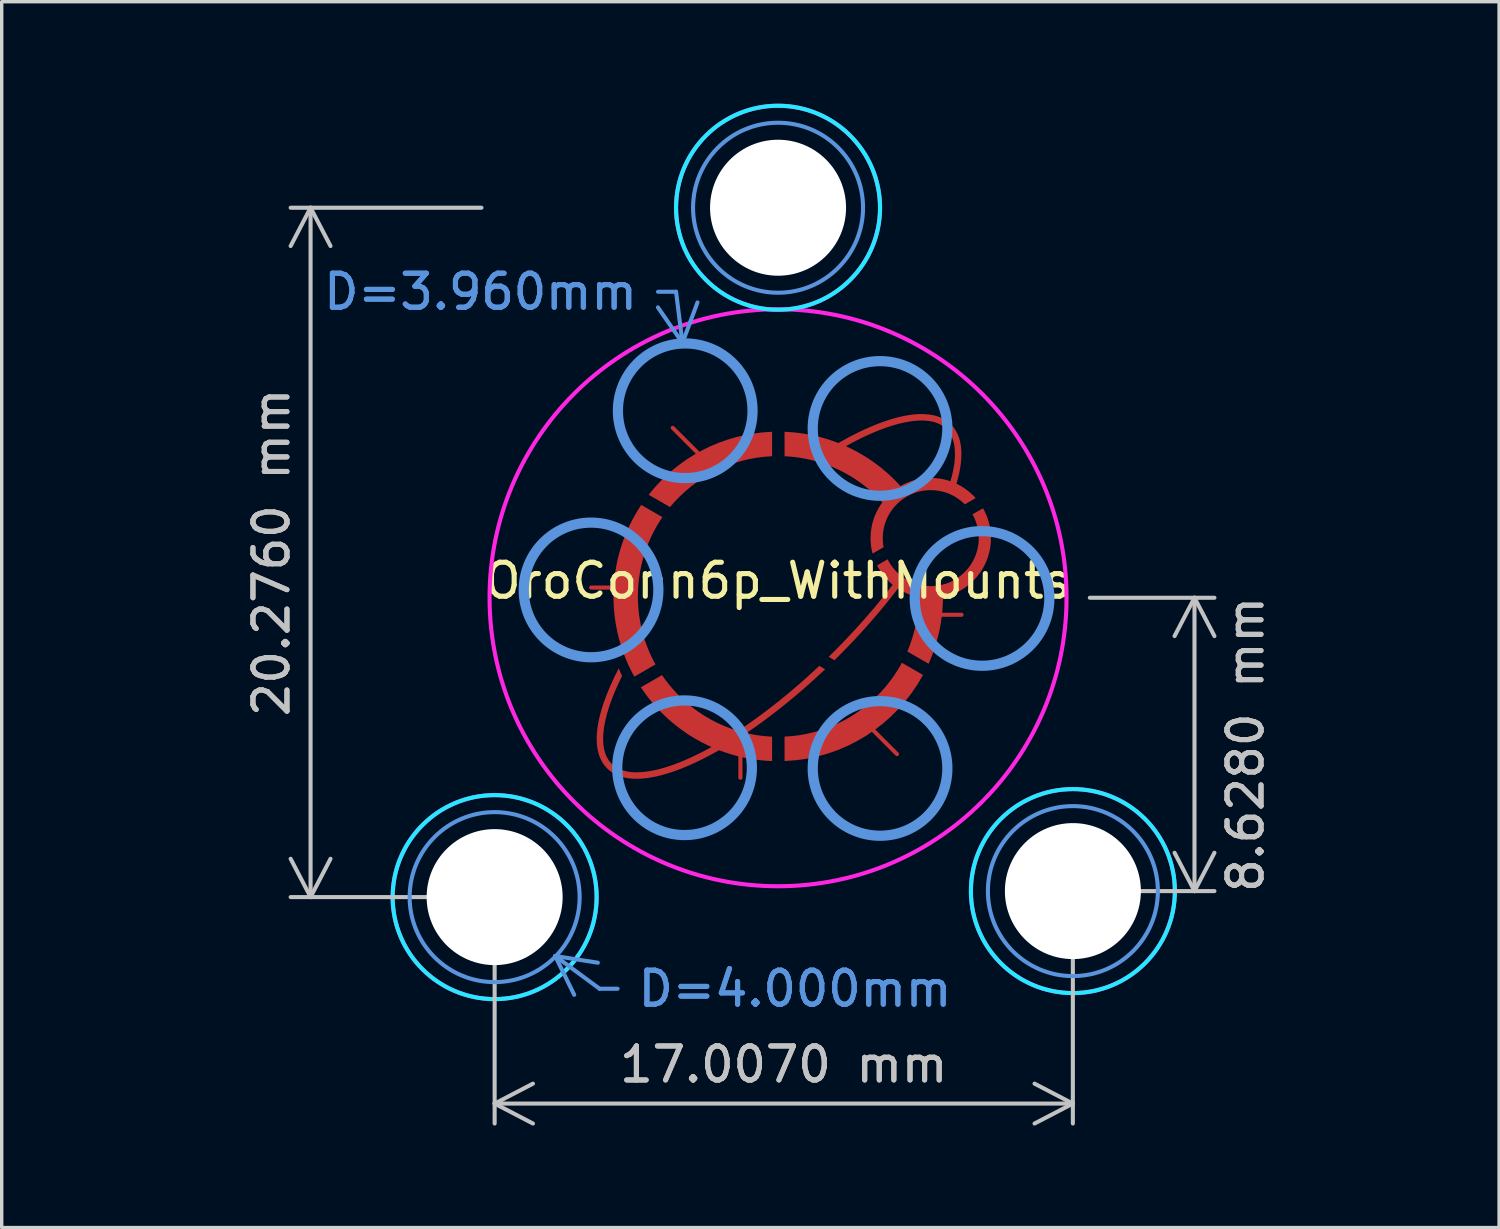
<source format=kicad_pcb>
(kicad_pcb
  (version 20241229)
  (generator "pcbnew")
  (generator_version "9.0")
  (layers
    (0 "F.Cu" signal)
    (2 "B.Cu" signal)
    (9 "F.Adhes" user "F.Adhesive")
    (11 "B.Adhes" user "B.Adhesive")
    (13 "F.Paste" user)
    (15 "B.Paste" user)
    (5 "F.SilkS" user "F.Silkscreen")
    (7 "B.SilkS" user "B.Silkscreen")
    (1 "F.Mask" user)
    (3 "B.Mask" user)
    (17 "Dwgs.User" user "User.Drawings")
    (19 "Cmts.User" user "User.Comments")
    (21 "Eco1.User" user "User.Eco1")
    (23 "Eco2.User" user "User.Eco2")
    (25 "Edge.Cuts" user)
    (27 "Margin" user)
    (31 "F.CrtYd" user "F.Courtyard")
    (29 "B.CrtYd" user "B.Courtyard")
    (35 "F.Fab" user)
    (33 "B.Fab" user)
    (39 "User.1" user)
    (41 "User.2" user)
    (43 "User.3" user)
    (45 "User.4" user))
  (footprint "OroConn6p_WithMounts"
    (layer "F.Cu")
    (at 19.835 14.532)
    (property "Reference" "OroConn6p_WithMounts" (at 0 -0.5 0) (unlocked yes) (layer "F.SilkS") (effects (font (size 1 1) (thickness 0.15))))
    (attr smd)
    (fp_poly (pts (xy -0.176 -4.163) (xy -0.401 -4.147) (xy -0.622 -4.12) (xy -0.84 -4.081) (xy -1.053 -4.03) (xy -1.262 -3.969) (xy -1.466 -3.897) (xy -1.665 -3.815) (xy -1.859 -3.723) (xy -2.047 -3.621) (xy -2.229 -3.51) (xy -2.405 -3.39) (xy -2.574 -3.261) (xy -2.737 -3.124) (xy -2.891 -2.979) (xy -3.039 -2.827) (xy -3.178 -2.667) (xy -3.807 -3.03) (xy -3.642 -3.229) (xy -3.466 -3.419) (xy -3.281 -3.599) (xy -3.087 -3.769) (xy -2.884 -3.929) (xy -2.672 -4.078) (xy -2.452 -4.216) (xy -2.224 -4.342) (xy -1.989 -4.457) (xy -1.747 -4.558) (xy -1.499 -4.647) (xy -1.245 -4.722) (xy -0.985 -4.784) (xy -0.72 -4.831) (xy -0.45 -4.864) (xy -0.176 -4.882)) (stroke (width 0) (type solid)) (fill yes) (layer "F.Cu"))
    (fp_poly (pts (xy 4.264 2.271) (xy 4.107 2.539) (xy 3.933 2.796) (xy 3.744 3.041) (xy 3.54 3.273) (xy 3.322 3.491) (xy 3.091 3.695) (xy 2.846 3.885) (xy 2.59 4.059) (xy 2.322 4.216) (xy 2.044 4.357) (xy 1.755 4.48) (xy 1.458 4.584) (xy 1.152 4.669) (xy 0.839 4.734) (xy 0.518 4.779) (xy 0.191 4.802) (xy 0.191 4.084) (xy 0.33 4.075) (xy 0.469 4.062) (xy 0.605 4.045) (xy 0.741 4.022) (xy 0.875 3.996) (xy 1.007 3.965) (xy 1.138 3.93) (xy 1.266 3.891) (xy 1.393 3.848) (xy 1.519 3.801) (xy 1.642 3.75) (xy 1.763 3.695) (xy 1.882 3.637) (xy 1.999 3.575) (xy 2.114 3.509) (xy 2.226 3.439) (xy 2.443 3.29) (xy 2.65 3.128) (xy 2.846 2.953) (xy 3.031 2.767) (xy 3.203 2.569) (xy 3.363 2.36) (xy 3.51 2.141) (xy 3.578 2.028) (xy 3.642 1.912)) (stroke (width 0) (type solid)) (fill yes) (layer "F.Cu"))
    (fp_poly (pts (xy -3.401 -2.371) (xy -3.484 -2.245) (xy -3.563 -2.116) (xy -3.636 -1.984) (xy -3.706 -1.848) (xy -3.77 -1.71) (xy -3.829 -1.57) (xy -3.884 -1.426) (xy -3.933 -1.281) (xy -3.976 -1.133) (xy -4.014 -0.982) (xy -4.047 -0.83) (xy -4.074 -0.675) (xy -4.095 -0.519) (xy -4.11 -0.361) (xy -4.12 -0.201) (xy -4.123 -0.04) (xy -4.121 0.096) (xy -4.114 0.23) (xy -4.103 0.364) (xy -4.088 0.496) (xy -4.069 0.627) (xy -4.046 0.756) (xy -4.019 0.884) (xy -3.988 1.011) (xy -3.953 1.135) (xy -3.914 1.259) (xy -3.871 1.381) (xy -3.825 1.5) (xy -3.776 1.618) (xy -3.722 1.735) (xy -3.666 1.849) (xy -3.606 1.961) (xy -4.227 2.32) (xy -4.251 2.276) (xy -4.275 2.233) (xy -4.298 2.188) (xy -4.321 2.144) (xy -4.343 2.099) (xy -4.365 2.055) (xy -4.387 2.009) (xy -4.408 1.964) (xy -4.503 1.74) (xy -4.542 1.637) (xy -4.58 1.532) (xy -4.615 1.425) (xy -4.647 1.318) (xy -4.678 1.21) (xy -4.705 1.101) (xy -4.731 0.991) (xy -4.753 0.879) (xy -4.774 0.767) (xy -4.791 0.655) (xy -4.806 0.541) (xy -4.818 0.426) (xy -4.828 0.311) (xy -4.835 0.195) (xy -4.839 0.078) (xy -4.841 -0.04) (xy -4.837 -0.225) (xy -4.827 -0.41) (xy -4.809 -0.592) (xy -4.785 -0.772) (xy -4.755 -0.95) (xy -4.718 -1.126) (xy -4.675 -1.299) (xy -4.626 -1.47) (xy -4.57 -1.638) (xy -4.509 -1.804) (xy -4.442 -1.966) (xy -4.369 -2.126) (xy -4.291 -2.282) (xy -4.207 -2.435) (xy -4.118 -2.585) (xy -4.024 -2.731)) (stroke (width 0) (type solid)) (fill yes) (layer "F.Cu"))
    (fp_poly (pts (xy 1.385 2.103) (xy 1.092 2.375) (xy 0.8 2.637) (xy 0.507 2.888) (xy 0.215 3.129) (xy -0.075 3.359) (xy -0.363 3.578) (xy -0.649 3.786) (xy -0.931 3.981) (xy -0.839 4.001) (xy -0.747 4.02) (xy -0.653 4.036) (xy -0.559 4.05) (xy -0.464 4.062) (xy -0.369 4.071) (xy -0.273 4.079) (xy -0.176 4.084) (xy -0.176 4.803) (xy -0.279 4.798) (xy -0.38 4.791) (xy -0.482 4.782) (xy -0.582 4.771) (xy -0.682 4.757) (xy -0.782 4.742) (xy -0.881 4.725) (xy -0.979 4.706) (xy -1.076 4.685) (xy -1.172 4.662) (xy -1.268 4.637) (xy -1.363 4.61) (xy -1.551 4.55) (xy -1.735 4.484) (xy -1.892 4.571) (xy -2.046 4.655) (xy -2.199 4.733) (xy -2.349 4.807) (xy -2.497 4.877) (xy -2.642 4.941) (xy -2.785 5.001) (xy -2.925 5.056) (xy -3.062 5.106) (xy -3.196 5.151) (xy -3.327 5.19) (xy -3.455 5.225) (xy -3.58 5.255) (xy -3.701 5.279) (xy -3.818 5.299) (xy -3.932 5.312) (xy -4.02 5.32) (xy -4.105 5.324) (xy -4.189 5.324) (xy -4.269 5.321) (xy -4.347 5.315) (xy -4.423 5.305) (xy -4.496 5.292) (xy -4.566 5.275) (xy -4.634 5.255) (xy -4.699 5.232) (xy -4.761 5.205) (xy -4.82 5.174) (xy -4.877 5.141) (xy -4.93 5.103) (xy -4.981 5.062) (xy -5.028 5.018) (xy -5.073 4.97) (xy -5.114 4.919) (xy -5.152 4.865) (xy -5.186 4.808) (xy -5.216 4.748) (xy -5.243 4.685) (xy -5.267 4.62) (xy -5.287 4.551) (xy -5.303 4.48) (xy -5.316 4.406) (xy -5.326 4.33) (xy -5.332 4.251) (xy -5.334 4.169) (xy -5.334 4.085) (xy -5.329 3.998) (xy -5.321 3.909) (xy -5.309 3.812) (xy -5.294 3.713) (xy -5.274 3.611) (xy -5.251 3.506) (xy -5.223 3.398) (xy -5.192 3.289) (xy -5.158 3.177) (xy -5.12 3.063) (xy -5.032 2.828) (xy -4.931 2.585) (xy -4.816 2.335) (xy -4.687 2.078) (xy -4.588 2.302) (xy -4.698 2.53) (xy -4.796 2.751) (xy -4.841 2.86) (xy -4.883 2.966) (xy -4.921 3.071) (xy -4.957 3.174) (xy -4.99 3.276) (xy -5.02 3.375) (xy -5.046 3.473) (xy -5.07 3.568) (xy -5.09 3.662) (xy -5.107 3.753) (xy -5.121 3.842) (xy -5.132 3.929) (xy -5.139 4.006) (xy -5.143 4.08) (xy -5.144 4.152) (xy -5.143 4.223) (xy -5.139 4.291) (xy -5.132 4.356) (xy -5.122 4.42) (xy -5.109 4.481) (xy -5.093 4.54) (xy -5.074 4.597) (xy -5.052 4.651) (xy -5.027 4.703) (xy -4.998 4.752) (xy -4.967 4.799) (xy -4.932 4.842) (xy -4.894 4.884) (xy -4.853 4.921) (xy -4.81 4.956) (xy -4.764 4.987) (xy -4.715 5.015) (xy -4.664 5.04) (xy -4.61 5.062) (xy -4.554 5.081) (xy -4.496 5.097) (xy -4.436 5.11) (xy -4.373 5.12) (xy -4.308 5.128) (xy -4.24 5.132) (xy -4.171 5.134) (xy -4.1 5.133) (xy -4.026 5.129) (xy -3.951 5.123) (xy -3.847 5.11) (xy -3.74 5.093) (xy -3.629 5.071) (xy -3.516 5.045) (xy -3.4 5.014) (xy -3.281 4.978) (xy -3.159 4.938) (xy -3.035 4.894) (xy -2.908 4.846) (xy -2.779 4.793) (xy -2.514 4.675) (xy -2.24 4.541) (xy -1.959 4.391) (xy -2.116 4.317) (xy -2.271 4.238) (xy -2.422 4.154) (xy -2.57 4.065) (xy -2.714 3.971) (xy -2.855 3.871) (xy -2.992 3.767) (xy -3.125 3.658) (xy -3.254 3.545) (xy -3.379 3.427) (xy -3.5 3.305) (xy -3.616 3.179) (xy -3.728 3.048) (xy -3.836 2.914) (xy -3.938 2.776) (xy -4.036 2.634) (xy -3.413 2.274) (xy -3.311 2.418) (xy -3.203 2.557) (xy -3.089 2.691) (xy -2.97 2.82) (xy -2.846 2.944) (xy -2.716 3.063) (xy -2.582 3.176) (xy -2.442 3.284) (xy -2.298 3.385) (xy -2.15 3.481) (xy -1.997 3.57) (xy -1.841 3.653) (xy -1.68 3.729) (xy -1.516 3.798) (xy -1.348 3.861) (xy -1.177 3.916) (xy -0.887 3.72) (xy -0.593 3.511) (xy -0.296 3.289) (xy 0.004 3.055) (xy 0.305 2.809) (xy 0.607 2.552) (xy 0.91 2.283) (xy 1.213 2.003)) (stroke (width 0) (type solid)) (fill yes) (layer "F.Cu"))
    (fp_poly (pts (xy 6.056 -2.583) (xy 6.081 -2.533) (xy 6.105 -2.482) (xy 6.128 -2.431) (xy 6.148 -2.378) (xy 6.168 -2.325) (xy 6.185 -2.271) (xy 6.201 -2.216) (xy 6.215 -2.16) (xy 6.227 -2.104) (xy 6.238 -2.047) (xy 6.246 -1.989) (xy 6.253 -1.931) (xy 6.258 -1.872) (xy 6.261 -1.813) (xy 6.262 -1.754) (xy 6.26 -1.674) (xy 6.255 -1.595) (xy 6.246 -1.517) (xy 6.234 -1.441) (xy 6.219 -1.365) (xy 6.201 -1.291) (xy 6.179 -1.217) (xy 6.155 -1.146) (xy 6.127 -1.075) (xy 6.097 -1.006) (xy 6.064 -0.939) (xy 6.028 -0.873) (xy 5.989 -0.809) (xy 5.948 -0.747) (xy 5.858 -0.629) (xy 5.759 -0.518) (xy 5.651 -0.416) (xy 5.535 -0.323) (xy 5.411 -0.241) (xy 5.346 -0.203) (xy 5.28 -0.168) (xy 5.212 -0.136) (xy 5.142 -0.107) (xy 5.071 -0.08) (xy 4.999 -0.057) (xy 4.925 -0.037) (xy 4.85 -0.02) (xy 4.848 0.111) (xy 4.842 0.241) (xy 4.833 0.369) (xy 4.821 0.497) (xy 4.805 0.624) (xy 4.786 0.75) (xy 4.764 0.874) (xy 4.739 0.998) (xy 4.71 1.121) (xy 4.679 1.242) (xy 4.644 1.362) (xy 4.607 1.48) (xy 4.566 1.598) (xy 4.523 1.714) (xy 4.477 1.828) (xy 4.428 1.942) (xy 3.802 1.58) (xy 3.84 1.488) (xy 3.877 1.394) (xy 3.91 1.299) (xy 3.942 1.203) (xy 3.971 1.106) (xy 3.998 1.008) (xy 4.023 0.909) (xy 4.045 0.809) (xy 4.065 0.708) (xy 4.082 0.606) (xy 4.097 0.504) (xy 4.109 0.401) (xy 4.119 0.297) (xy 4.126 0.192) (xy 4.131 0.086) (xy 4.132 -0.02) (xy 4.091 -0.029) (xy 4.051 -0.039) (xy 4.01 -0.049) (xy 3.97 -0.061) (xy 3.931 -0.074) (xy 3.892 -0.087) (xy 3.853 -0.102) (xy 3.815 -0.117) (xy 3.777 -0.134) (xy 3.74 -0.151) (xy 3.703 -0.168) (xy 3.666 -0.187) (xy 3.63 -0.207) (xy 3.595 -0.227) (xy 3.56 -0.248) (xy 3.526 -0.27) (xy 3.335 -0.024) (xy 3.136 0.223) (xy 2.929 0.472) (xy 2.714 0.721) (xy 2.492 0.97) (xy 2.263 1.219) (xy 2.027 1.467) (xy 1.783 1.714) (xy 1.721 1.776) (xy 1.659 1.837) (xy 1.488 1.738) (xy 1.569 1.659) (xy 1.649 1.58) (xy 1.889 1.335) (xy 2.123 1.089) (xy 2.35 0.843) (xy 2.569 0.597) (xy 2.782 0.351) (xy 2.986 0.105) (xy 3.183 -0.139) (xy 3.372 -0.383) (xy 3.337 -0.412) (xy 3.302 -0.443) (xy 3.269 -0.474) (xy 3.236 -0.506) (xy 3.204 -0.539) (xy 3.173 -0.573) (xy 3.142 -0.608) (xy 3.113 -0.643) (xy 3.085 -0.679) (xy 3.057 -0.716) (xy 3.031 -0.754) (xy 3.005 -0.792) (xy 2.98 -0.831) (xy 2.957 -0.871) (xy 2.934 -0.911) (xy 2.913 -0.952) (xy 3.224 -1.132) (xy 3.246 -1.089) (xy 3.27 -1.046) (xy 3.295 -1.004) (xy 3.322 -0.964) (xy 3.35 -0.924) (xy 3.379 -0.885) (xy 3.409 -0.848) (xy 3.441 -0.811) (xy 3.474 -0.776) (xy 3.508 -0.742) (xy 3.543 -0.708) (xy 3.58 -0.677) (xy 3.617 -0.646) (xy 3.656 -0.616) (xy 3.695 -0.588) (xy 3.736 -0.562) (xy 3.777 -0.536) (xy 3.819 -0.512) (xy 3.863 -0.49) (xy 3.907 -0.469) (xy 3.952 -0.449) (xy 3.998 -0.431) (xy 4.044 -0.415) (xy 4.091 -0.4) (xy 4.139 -0.386) (xy 4.188 -0.375) (xy 4.237 -0.365) (xy 4.287 -0.357) (xy 4.337 -0.35) (xy 4.388 -0.346) (xy 4.44 -0.343) (xy 4.492 -0.342) (xy 4.564 -0.344) (xy 4.636 -0.349) (xy 4.706 -0.358) (xy 4.776 -0.371) (xy 4.844 -0.387) (xy 4.911 -0.406) (xy 4.977 -0.428) (xy 5.041 -0.453) (xy 5.103 -0.481) (xy 5.164 -0.513) (xy 5.223 -0.547) (xy 5.28 -0.583) (xy 5.336 -0.623) (xy 5.389 -0.665) (xy 5.44 -0.709) (xy 5.489 -0.756) (xy 5.536 -0.805) (xy 5.581 -0.856) (xy 5.622 -0.909) (xy 5.662 -0.965) (xy 5.699 -1.022) (xy 5.733 -1.081) (xy 5.764 -1.142) (xy 5.792 -1.204) (xy 5.817 -1.268) (xy 5.84 -1.334) (xy 5.859 -1.401) (xy 5.874 -1.469) (xy 5.887 -1.539) (xy 5.896 -1.609) (xy 5.901 -1.681) (xy 5.903 -1.754) (xy 5.902 -1.801) (xy 5.9 -1.848) (xy 5.896 -1.895) (xy 5.891 -1.941) (xy 5.884 -1.987) (xy 5.875 -2.032) (xy 5.866 -2.077) (xy 5.855 -2.121) (xy 5.842 -2.165) (xy 5.828 -2.208) (xy 5.813 -2.251) (xy 5.796 -2.292) (xy 5.779 -2.334) (xy 5.76 -2.374) (xy 5.739 -2.414) (xy 5.718 -2.453) (xy 6.029 -2.632)) (stroke (width 0) (type solid)) (fill yes) (layer "F.Cu"))
    (fp_poly (pts (xy 4.327 -5.4) (xy 4.405 -5.394) (xy 4.481 -5.384) (xy 4.554 -5.371) (xy 4.624 -5.355) (xy 4.692 -5.335) (xy 4.757 -5.311) (xy 4.819 -5.284) (xy 4.879 -5.254) (xy 4.935 -5.22) (xy 4.989 -5.182) (xy 5.04 -5.142) (xy 5.087 -5.097) (xy 5.132 -5.05) (xy 5.172 -4.999) (xy 5.21 -4.945) (xy 5.244 -4.889) (xy 5.274 -4.829) (xy 5.301 -4.767) (xy 5.325 -4.702) (xy 5.345 -4.634) (xy 5.361 -4.563) (xy 5.374 -4.49) (xy 5.384 -4.414) (xy 5.39 -4.336) (xy 5.393 -4.255) (xy 5.392 -4.171) (xy 5.388 -4.085) (xy 5.381 -3.997) (xy 5.372 -3.922) (xy 5.361 -3.846) (xy 5.348 -3.768) (xy 5.332 -3.688) (xy 5.314 -3.607) (xy 5.294 -3.525) (xy 5.272 -3.44) (xy 5.247 -3.355) (xy 5.288 -3.335) (xy 5.327 -3.315) (xy 5.366 -3.293) (xy 5.405 -3.27) (xy 5.442 -3.247) (xy 5.48 -3.223) (xy 5.516 -3.197) (xy 5.552 -3.171) (xy 5.587 -3.144) (xy 5.622 -3.116) (xy 5.655 -3.087) (xy 5.688 -3.058) (xy 5.721 -3.027) (xy 5.752 -2.996) (xy 5.783 -2.964) (xy 5.813 -2.932) (xy 5.493 -2.747) (xy 5.444 -2.795) (xy 5.393 -2.839) (xy 5.34 -2.882) (xy 5.284 -2.921) (xy 5.227 -2.959) (xy 5.167 -2.993) (xy 5.106 -3.024) (xy 5.043 -3.053) (xy 4.979 -3.079) (xy 4.913 -3.101) (xy 4.846 -3.12) (xy 4.777 -3.136) (xy 4.707 -3.149) (xy 4.636 -3.158) (xy 4.564 -3.163) (xy 4.492 -3.165) (xy 4.419 -3.163) (xy 4.347 -3.158) (xy 4.277 -3.149) (xy 4.207 -3.136) (xy 4.139 -3.121) (xy 4.072 -3.102) (xy 4.006 -3.079) (xy 3.942 -3.054) (xy 3.88 -3.026) (xy 3.819 -2.995) (xy 3.76 -2.961) (xy 3.703 -2.924) (xy 3.647 -2.885) (xy 3.594 -2.843) (xy 3.543 -2.798) (xy 3.494 -2.751) (xy 3.447 -2.702) (xy 3.402 -2.651) (xy 3.361 -2.598) (xy 3.321 -2.543) (xy 3.284 -2.485) (xy 3.25 -2.426) (xy 3.219 -2.365) (xy 3.191 -2.303) (xy 3.166 -2.239) (xy 3.144 -2.173) (xy 3.124 -2.106) (xy 3.109 -2.038) (xy 3.096 -1.968) (xy 3.087 -1.898) (xy 3.082 -1.826) (xy 3.08 -1.754) (xy 3.08 -1.72) (xy 3.082 -1.686) (xy 3.084 -1.652) (xy 3.086 -1.619) (xy 3.09 -1.586) (xy 3.094 -1.553) (xy 3.099 -1.52) (xy 3.105 -1.487) (xy 2.78 -1.3) (xy 2.766 -1.354) (xy 2.755 -1.41) (xy 2.744 -1.466) (xy 2.736 -1.522) (xy 2.73 -1.579) (xy 2.725 -1.637) (xy 2.722 -1.695) (xy 2.721 -1.754) (xy 2.723 -1.827) (xy 2.727 -1.9) (xy 2.734 -1.972) (xy 2.745 -2.043) (xy 2.758 -2.113) (xy 2.773 -2.182) (xy 2.792 -2.25) (xy 2.813 -2.317) (xy 2.836 -2.383) (xy 2.862 -2.447) (xy 2.891 -2.51) (xy 2.922 -2.572) (xy 2.955 -2.633) (xy 2.99 -2.692) (xy 3.028 -2.75) (xy 3.068 -2.806) (xy 2.93 -2.951) (xy 2.785 -3.09) (xy 2.634 -3.221) (xy 2.476 -3.345) (xy 2.312 -3.462) (xy 2.143 -3.57) (xy 1.968 -3.671) (xy 1.788 -3.763) (xy 1.603 -3.846) (xy 1.413 -3.92) (xy 1.219 -3.986) (xy 1.02 -4.041) (xy 0.818 -4.087) (xy 0.612 -4.123) (xy 0.403 -4.148) (xy 0.191 -4.163) (xy 0.191 -4.458) (xy 1.996 -4.458) (xy 2.11 -4.404) (xy 2.223 -4.348) (xy 2.334 -4.289) (xy 2.443 -4.227) (xy 2.551 -4.162) (xy 2.656 -4.095) (xy 2.76 -4.025) (xy 2.862 -3.952) (xy 2.962 -3.877) (xy 3.06 -3.8) (xy 3.156 -3.72) (xy 3.25 -3.637) (xy 3.341 -3.552) (xy 3.43 -3.465) (xy 3.518 -3.376) (xy 3.602 -3.284) (xy 3.652 -3.312) (xy 3.702 -3.339) (xy 3.754 -3.363) (xy 3.806 -3.386) (xy 3.859 -3.408) (xy 3.913 -3.427) (xy 3.968 -3.445) (xy 4.023 -3.461) (xy 4.08 -3.476) (xy 4.137 -3.488) (xy 4.194 -3.499) (xy 4.253 -3.508) (xy 4.312 -3.515) (xy 4.371 -3.52) (xy 4.431 -3.523) (xy 4.492 -3.524) (xy 4.529 -3.524) (xy 4.567 -3.522) (xy 4.642 -3.518) (xy 4.716 -3.51) (xy 4.789 -3.499) (xy 4.861 -3.485) (xy 4.932 -3.469) (xy 5.002 -3.449) (xy 5.071 -3.427) (xy 5.093 -3.505) (xy 5.113 -3.582) (xy 5.131 -3.658) (xy 5.147 -3.732) (xy 5.161 -3.806) (xy 5.173 -3.877) (xy 5.184 -3.948) (xy 5.192 -4.017) (xy 5.198 -4.092) (xy 5.202 -4.166) (xy 5.203 -4.238) (xy 5.201 -4.307) (xy 5.197 -4.375) (xy 5.19 -4.44) (xy 5.18 -4.503) (xy 5.167 -4.564) (xy 5.151 -4.622) (xy 5.132 -4.678) (xy 5.11 -4.732) (xy 5.085 -4.783) (xy 5.056 -4.832) (xy 5.025 -4.878) (xy 4.99 -4.922) (xy 4.952 -4.963) (xy 4.912 -5) (xy 4.868 -5.035) (xy 4.822 -5.066) (xy 4.773 -5.095) (xy 4.722 -5.12) (xy 4.669 -5.142) (xy 4.613 -5.161) (xy 4.554 -5.177) (xy 4.494 -5.19) (xy 4.431 -5.2) (xy 4.365 -5.207) (xy 4.298 -5.212) (xy 4.229 -5.213) (xy 4.157 -5.212) (xy 4.084 -5.208) (xy 4.008 -5.202) (xy 3.903 -5.189) (xy 3.795 -5.171) (xy 3.684 -5.149) (xy 3.569 -5.122) (xy 3.452 -5.091) (xy 3.332 -5.055) (xy 3.209 -5.014) (xy 3.083 -4.97) (xy 2.955 -4.92) (xy 2.825 -4.867) (xy 2.692 -4.809) (xy 2.557 -4.747) (xy 2.419 -4.681) (xy 2.28 -4.611) (xy 2.139 -4.536) (xy 1.996 -4.458) (xy 0.191 -4.458) (xy 0.191 -4.882) (xy 0.295 -4.877) (xy 0.399 -4.869) (xy 0.502 -4.86) (xy 0.604 -4.848) (xy 0.806 -4.819) (xy 1.006 -4.781) (xy 1.203 -4.736) (xy 1.397 -4.682) (xy 1.587 -4.62) (xy 1.774 -4.551) (xy 2.088 -4.725) (xy 2.393 -4.879) (xy 2.542 -4.95) (xy 2.689 -5.015) (xy 2.833 -5.076) (xy 2.974 -5.131) (xy 3.112 -5.182) (xy 3.247 -5.227) (xy 3.379 -5.268) (xy 3.508 -5.303) (xy 3.634 -5.333) (xy 3.756 -5.358) (xy 3.874 -5.377) (xy 3.989 -5.392) (xy 4.077 -5.399) (xy 4.163 -5.403) (xy 4.246 -5.403)) (stroke (width 0) (type solid)) (fill yes) (layer "F.Cu"))
    (fp_poly (pts (xy -0.176 -4.163) (xy -0.401 -4.147) (xy -0.622 -4.12) (xy -0.84 -4.081) (xy -1.053 -4.03) (xy -1.262 -3.969) (xy -1.466 -3.897) (xy -1.665 -3.815) (xy -1.859 -3.723) (xy -2.047 -3.621) (xy -2.229 -3.51) (xy -2.405 -3.39) (xy -2.574 -3.261) (xy -2.737 -3.124) (xy -2.891 -2.979) (xy -3.039 -2.827) (xy -3.178 -2.667) (xy -3.807 -3.03) (xy -3.642 -3.229) (xy -3.466 -3.419) (xy -3.281 -3.599) (xy -3.087 -3.769) (xy -2.884 -3.929) (xy -2.672 -4.078) (xy -2.452 -4.216) (xy -2.224 -4.342) (xy -1.989 -4.457) (xy -1.747 -4.558) (xy -1.499 -4.647) (xy -1.245 -4.722) (xy -0.985 -4.784) (xy -0.72 -4.831) (xy -0.45 -4.864) (xy -0.176 -4.882)) (stroke (width 0) (type solid)) (fill yes) (layer "F.Mask"))
    (fp_poly (pts (xy 4.264 2.271) (xy 4.107 2.539) (xy 3.933 2.796) (xy 3.744 3.041) (xy 3.54 3.273) (xy 3.322 3.491) (xy 3.091 3.695) (xy 2.846 3.885) (xy 2.59 4.059) (xy 2.322 4.216) (xy 2.044 4.357) (xy 1.755 4.48) (xy 1.458 4.584) (xy 1.152 4.669) (xy 0.839 4.734) (xy 0.518 4.779) (xy 0.191 4.802) (xy 0.191 4.084) (xy 0.33 4.075) (xy 0.469 4.062) (xy 0.605 4.045) (xy 0.741 4.022) (xy 0.875 3.996) (xy 1.007 3.965) (xy 1.138 3.93) (xy 1.266 3.891) (xy 1.393 3.848) (xy 1.519 3.801) (xy 1.642 3.75) (xy 1.763 3.695) (xy 1.882 3.637) (xy 1.999 3.575) (xy 2.114 3.509) (xy 2.226 3.439) (xy 2.443 3.29) (xy 2.65 3.128) (xy 2.846 2.953) (xy 3.031 2.767) (xy 3.203 2.569) (xy 3.363 2.36) (xy 3.51 2.141) (xy 3.578 2.028) (xy 3.642 1.912)) (stroke (width 0) (type solid)) (fill yes) (layer "F.Mask"))
    (fp_poly (pts (xy -3.401 -2.371) (xy -3.484 -2.245) (xy -3.563 -2.116) (xy -3.636 -1.984) (xy -3.706 -1.848) (xy -3.77 -1.71) (xy -3.829 -1.57) (xy -3.884 -1.426) (xy -3.933 -1.281) (xy -3.976 -1.133) (xy -4.014 -0.982) (xy -4.047 -0.83) (xy -4.074 -0.675) (xy -4.095 -0.519) (xy -4.11 -0.361) (xy -4.12 -0.201) (xy -4.123 -0.04) (xy -4.121 0.096) (xy -4.114 0.23) (xy -4.103 0.364) (xy -4.088 0.496) (xy -4.069 0.627) (xy -4.046 0.756) (xy -4.019 0.884) (xy -3.988 1.011) (xy -3.953 1.135) (xy -3.914 1.259) (xy -3.871 1.381) (xy -3.825 1.5) (xy -3.776 1.618) (xy -3.722 1.735) (xy -3.666 1.849) (xy -3.606 1.961) (xy -4.227 2.32) (xy -4.251 2.276) (xy -4.275 2.233) (xy -4.298 2.188) (xy -4.321 2.144) (xy -4.343 2.099) (xy -4.365 2.055) (xy -4.387 2.009) (xy -4.408 1.964) (xy -4.503 1.74) (xy -4.542 1.637) (xy -4.58 1.532) (xy -4.615 1.425) (xy -4.647 1.318) (xy -4.678 1.21) (xy -4.705 1.101) (xy -4.731 0.991) (xy -4.753 0.879) (xy -4.774 0.767) (xy -4.791 0.655) (xy -4.806 0.541) (xy -4.818 0.426) (xy -4.828 0.311) (xy -4.835 0.195) (xy -4.839 0.078) (xy -4.841 -0.04) (xy -4.837 -0.225) (xy -4.827 -0.41) (xy -4.809 -0.592) (xy -4.785 -0.772) (xy -4.755 -0.95) (xy -4.718 -1.126) (xy -4.675 -1.299) (xy -4.626 -1.47) (xy -4.57 -1.638) (xy -4.509 -1.804) (xy -4.442 -1.966) (xy -4.369 -2.126) (xy -4.291 -2.282) (xy -4.207 -2.435) (xy -4.118 -2.585) (xy -4.024 -2.731)) (stroke (width 0) (type solid)) (fill yes) (layer "F.Mask"))
    (fp_poly (pts (xy 1.385 2.103) (xy 1.092 2.375) (xy 0.8 2.637) (xy 0.507 2.888) (xy 0.215 3.129) (xy -0.075 3.359) (xy -0.363 3.578) (xy -0.649 3.786) (xy -0.931 3.981) (xy -0.839 4.001) (xy -0.747 4.02) (xy -0.653 4.036) (xy -0.559 4.05) (xy -0.464 4.062) (xy -0.369 4.071) (xy -0.273 4.079) (xy -0.176 4.084) (xy -0.176 4.803) (xy -0.279 4.798) (xy -0.38 4.791) (xy -0.482 4.782) (xy -0.582 4.771) (xy -0.682 4.757) (xy -0.782 4.742) (xy -0.881 4.725) (xy -0.979 4.706) (xy -1.076 4.685) (xy -1.172 4.662) (xy -1.268 4.637) (xy -1.363 4.61) (xy -1.551 4.55) (xy -1.735 4.484) (xy -1.892 4.571) (xy -2.046 4.655) (xy -2.199 4.733) (xy -2.349 4.807) (xy -2.497 4.877) (xy -2.642 4.941) (xy -2.785 5.001) (xy -2.925 5.056) (xy -3.062 5.106) (xy -3.196 5.151) (xy -3.327 5.19) (xy -3.455 5.225) (xy -3.58 5.255) (xy -3.701 5.279) (xy -3.818 5.299) (xy -3.932 5.312) (xy -4.02 5.32) (xy -4.105 5.324) (xy -4.189 5.324) (xy -4.269 5.321) (xy -4.347 5.315) (xy -4.423 5.305) (xy -4.496 5.292) (xy -4.566 5.275) (xy -4.634 5.255) (xy -4.699 5.232) (xy -4.761 5.205) (xy -4.82 5.174) (xy -4.877 5.141) (xy -4.93 5.103) (xy -4.981 5.062) (xy -5.028 5.018) (xy -5.073 4.97) (xy -5.114 4.919) (xy -5.152 4.865) (xy -5.186 4.808) (xy -5.216 4.748) (xy -5.243 4.685) (xy -5.267 4.62) (xy -5.287 4.551) (xy -5.303 4.48) (xy -5.316 4.406) (xy -5.326 4.33) (xy -5.332 4.251) (xy -5.334 4.169) (xy -5.334 4.085) (xy -5.329 3.998) (xy -5.321 3.909) (xy -5.309 3.812) (xy -5.294 3.713) (xy -5.274 3.611) (xy -5.251 3.506) (xy -5.223 3.398) (xy -5.192 3.289) (xy -5.158 3.177) (xy -5.12 3.063) (xy -5.032 2.828) (xy -4.931 2.585) (xy -4.816 2.335) (xy -4.687 2.078) (xy -4.588 2.302) (xy -4.698 2.53) (xy -4.796 2.751) (xy -4.841 2.86) (xy -4.883 2.966) (xy -4.921 3.071) (xy -4.957 3.174) (xy -4.99 3.276) (xy -5.02 3.375) (xy -5.046 3.473) (xy -5.07 3.568) (xy -5.09 3.662) (xy -5.107 3.753) (xy -5.121 3.842) (xy -5.132 3.929) (xy -5.139 4.006) (xy -5.143 4.08) (xy -5.144 4.152) (xy -5.143 4.223) (xy -5.139 4.291) (xy -5.132 4.356) (xy -5.122 4.42) (xy -5.109 4.481) (xy -5.093 4.54) (xy -5.074 4.597) (xy -5.052 4.651) (xy -5.027 4.703) (xy -4.998 4.752) (xy -4.967 4.799) (xy -4.932 4.842) (xy -4.894 4.884) (xy -4.853 4.921) (xy -4.81 4.956) (xy -4.764 4.987) (xy -4.715 5.015) (xy -4.664 5.04) (xy -4.61 5.062) (xy -4.554 5.081) (xy -4.496 5.097) (xy -4.436 5.11) (xy -4.373 5.12) (xy -4.308 5.128) (xy -4.24 5.132) (xy -4.171 5.134) (xy -4.1 5.133) (xy -4.026 5.129) (xy -3.951 5.123) (xy -3.847 5.11) (xy -3.74 5.093) (xy -3.629 5.071) (xy -3.516 5.045) (xy -3.4 5.014) (xy -3.281 4.978) (xy -3.159 4.938) (xy -3.035 4.894) (xy -2.908 4.846) (xy -2.779 4.793) (xy -2.514 4.675) (xy -2.24 4.541) (xy -1.959 4.391) (xy -2.116 4.317) (xy -2.271 4.238) (xy -2.422 4.154) (xy -2.57 4.065) (xy -2.714 3.971) (xy -2.855 3.871) (xy -2.992 3.767) (xy -3.125 3.658) (xy -3.254 3.545) (xy -3.379 3.427) (xy -3.5 3.305) (xy -3.616 3.179) (xy -3.728 3.048) (xy -3.836 2.914) (xy -3.938 2.776) (xy -4.036 2.634) (xy -3.413 2.274) (xy -3.311 2.418) (xy -3.203 2.557) (xy -3.089 2.691) (xy -2.97 2.82) (xy -2.846 2.944) (xy -2.716 3.063) (xy -2.582 3.176) (xy -2.442 3.284) (xy -2.298 3.385) (xy -2.15 3.481) (xy -1.997 3.57) (xy -1.841 3.653) (xy -1.68 3.729) (xy -1.516 3.798) (xy -1.348 3.861) (xy -1.177 3.916) (xy -0.887 3.72) (xy -0.593 3.511) (xy -0.296 3.289) (xy 0.004 3.055) (xy 0.305 2.809) (xy 0.607 2.552) (xy 0.91 2.283) (xy 1.213 2.003)) (stroke (width 0) (type solid)) (fill yes) (layer "F.Mask"))
    (fp_poly (pts (xy 6.056 -2.583) (xy 6.081 -2.533) (xy 6.105 -2.482) (xy 6.128 -2.431) (xy 6.148 -2.378) (xy 6.168 -2.325) (xy 6.185 -2.271) (xy 6.201 -2.216) (xy 6.215 -2.16) (xy 6.227 -2.104) (xy 6.238 -2.047) (xy 6.246 -1.989) (xy 6.253 -1.931) (xy 6.258 -1.872) (xy 6.261 -1.813) (xy 6.262 -1.754) (xy 6.26 -1.674) (xy 6.255 -1.595) (xy 6.246 -1.517) (xy 6.234 -1.441) (xy 6.219 -1.365) (xy 6.201 -1.291) (xy 6.179 -1.217) (xy 6.155 -1.146) (xy 6.127 -1.075) (xy 6.097 -1.006) (xy 6.064 -0.939) (xy 6.028 -0.873) (xy 5.989 -0.809) (xy 5.948 -0.747) (xy 5.858 -0.629) (xy 5.759 -0.518) (xy 5.651 -0.416) (xy 5.535 -0.323) (xy 5.411 -0.241) (xy 5.346 -0.203) (xy 5.28 -0.168) (xy 5.212 -0.136) (xy 5.142 -0.107) (xy 5.071 -0.08) (xy 4.999 -0.057) (xy 4.925 -0.037) (xy 4.85 -0.02) (xy 4.848 0.111) (xy 4.842 0.241) (xy 4.833 0.369) (xy 4.821 0.497) (xy 4.805 0.624) (xy 4.786 0.75) (xy 4.764 0.874) (xy 4.739 0.998) (xy 4.71 1.121) (xy 4.679 1.242) (xy 4.644 1.362) (xy 4.607 1.48) (xy 4.566 1.598) (xy 4.523 1.714) (xy 4.477 1.828) (xy 4.428 1.942) (xy 3.802 1.58) (xy 3.84 1.488) (xy 3.877 1.394) (xy 3.91 1.299) (xy 3.942 1.203) (xy 3.971 1.106) (xy 3.998 1.008) (xy 4.023 0.909) (xy 4.045 0.809) (xy 4.065 0.708) (xy 4.082 0.606) (xy 4.097 0.504) (xy 4.109 0.401) (xy 4.119 0.297) (xy 4.126 0.192) (xy 4.131 0.086) (xy 4.132 -0.02) (xy 4.091 -0.029) (xy 4.051 -0.039) (xy 4.01 -0.049) (xy 3.97 -0.061) (xy 3.931 -0.074) (xy 3.892 -0.087) (xy 3.853 -0.102) (xy 3.815 -0.117) (xy 3.777 -0.134) (xy 3.74 -0.151) (xy 3.703 -0.168) (xy 3.666 -0.187) (xy 3.63 -0.207) (xy 3.595 -0.227) (xy 3.56 -0.248) (xy 3.526 -0.27) (xy 3.335 -0.024) (xy 3.136 0.223) (xy 2.929 0.472) (xy 2.714 0.721) (xy 2.492 0.97) (xy 2.263 1.219) (xy 2.027 1.467) (xy 1.783 1.714) (xy 1.721 1.776) (xy 1.659 1.837) (xy 1.488 1.738) (xy 1.569 1.659) (xy 1.649 1.58) (xy 1.889 1.335) (xy 2.123 1.089) (xy 2.35 0.843) (xy 2.569 0.597) (xy 2.782 0.351) (xy 2.986 0.105) (xy 3.183 -0.139) (xy 3.372 -0.383) (xy 3.337 -0.412) (xy 3.302 -0.443) (xy 3.269 -0.474) (xy 3.236 -0.506) (xy 3.204 -0.539) (xy 3.173 -0.573) (xy 3.142 -0.608) (xy 3.113 -0.643) (xy 3.085 -0.679) (xy 3.057 -0.716) (xy 3.031 -0.754) (xy 3.005 -0.792) (xy 2.98 -0.831) (xy 2.957 -0.871) (xy 2.934 -0.911) (xy 2.913 -0.952) (xy 3.224 -1.132) (xy 3.246 -1.089) (xy 3.27 -1.046) (xy 3.295 -1.004) (xy 3.322 -0.964) (xy 3.35 -0.924) (xy 3.379 -0.885) (xy 3.409 -0.848) (xy 3.441 -0.811) (xy 3.474 -0.776) (xy 3.508 -0.742) (xy 3.543 -0.708) (xy 3.58 -0.677) (xy 3.617 -0.646) (xy 3.656 -0.616) (xy 3.695 -0.588) (xy 3.736 -0.562) (xy 3.777 -0.536) (xy 3.819 -0.512) (xy 3.863 -0.49) (xy 3.907 -0.469) (xy 3.952 -0.449) (xy 3.998 -0.431) (xy 4.044 -0.415) (xy 4.091 -0.4) (xy 4.139 -0.386) (xy 4.188 -0.375) (xy 4.237 -0.365) (xy 4.287 -0.357) (xy 4.337 -0.35) (xy 4.388 -0.346) (xy 4.44 -0.343) (xy 4.492 -0.342) (xy 4.564 -0.344) (xy 4.636 -0.349) (xy 4.706 -0.358) (xy 4.776 -0.371) (xy 4.844 -0.387) (xy 4.911 -0.406) (xy 4.977 -0.428) (xy 5.041 -0.453) (xy 5.103 -0.481) (xy 5.164 -0.513) (xy 5.223 -0.547) (xy 5.28 -0.583) (xy 5.336 -0.623) (xy 5.389 -0.665) (xy 5.44 -0.709) (xy 5.489 -0.756) (xy 5.536 -0.805) (xy 5.581 -0.856) (xy 5.622 -0.909) (xy 5.662 -0.965) (xy 5.699 -1.022) (xy 5.733 -1.081) (xy 5.764 -1.142) (xy 5.792 -1.204) (xy 5.817 -1.268) (xy 5.84 -1.334) (xy 5.859 -1.401) (xy 5.874 -1.469) (xy 5.887 -1.539) (xy 5.896 -1.609) (xy 5.901 -1.681) (xy 5.903 -1.754) (xy 5.902 -1.801) (xy 5.9 -1.848) (xy 5.896 -1.895) (xy 5.891 -1.941) (xy 5.884 -1.987) (xy 5.875 -2.032) (xy 5.866 -2.077) (xy 5.855 -2.121) (xy 5.842 -2.165) (xy 5.828 -2.208) (xy 5.813 -2.251) (xy 5.796 -2.292) (xy 5.779 -2.334) (xy 5.76 -2.374) (xy 5.739 -2.414) (xy 5.718 -2.453) (xy 6.029 -2.632)) (stroke (width 0) (type solid)) (fill yes) (layer "F.Mask"))
    (fp_poly (pts (xy 4.327 -5.4) (xy 4.405 -5.394) (xy 4.481 -5.384) (xy 4.554 -5.371) (xy 4.624 -5.355) (xy 4.692 -5.335) (xy 4.757 -5.311) (xy 4.819 -5.284) (xy 4.879 -5.254) (xy 4.935 -5.22) (xy 4.989 -5.182) (xy 5.04 -5.142) (xy 5.087 -5.097) (xy 5.132 -5.05) (xy 5.172 -4.999) (xy 5.21 -4.945) (xy 5.244 -4.889) (xy 5.274 -4.829) (xy 5.301 -4.767) (xy 5.325 -4.702) (xy 5.345 -4.634) (xy 5.361 -4.563) (xy 5.374 -4.49) (xy 5.384 -4.414) (xy 5.39 -4.336) (xy 5.393 -4.255) (xy 5.392 -4.171) (xy 5.388 -4.085) (xy 5.381 -3.997) (xy 5.372 -3.922) (xy 5.361 -3.846) (xy 5.348 -3.768) (xy 5.332 -3.688) (xy 5.314 -3.607) (xy 5.294 -3.525) (xy 5.272 -3.44) (xy 5.247 -3.355) (xy 5.288 -3.335) (xy 5.327 -3.315) (xy 5.366 -3.293) (xy 5.405 -3.27) (xy 5.442 -3.247) (xy 5.48 -3.223) (xy 5.516 -3.197) (xy 5.552 -3.171) (xy 5.587 -3.144) (xy 5.622 -3.116) (xy 5.655 -3.087) (xy 5.688 -3.058) (xy 5.721 -3.027) (xy 5.752 -2.996) (xy 5.783 -2.964) (xy 5.813 -2.932) (xy 5.493 -2.747) (xy 5.444 -2.795) (xy 5.393 -2.839) (xy 5.34 -2.882) (xy 5.284 -2.921) (xy 5.227 -2.959) (xy 5.167 -2.993) (xy 5.106 -3.024) (xy 5.043 -3.053) (xy 4.979 -3.079) (xy 4.913 -3.101) (xy 4.846 -3.12) (xy 4.777 -3.136) (xy 4.707 -3.149) (xy 4.636 -3.158) (xy 4.564 -3.163) (xy 4.492 -3.165) (xy 4.419 -3.163) (xy 4.347 -3.158) (xy 4.277 -3.149) (xy 4.207 -3.136) (xy 4.139 -3.121) (xy 4.072 -3.102) (xy 4.006 -3.079) (xy 3.942 -3.054) (xy 3.88 -3.026) (xy 3.819 -2.995) (xy 3.76 -2.961) (xy 3.703 -2.924) (xy 3.647 -2.885) (xy 3.594 -2.843) (xy 3.543 -2.798) (xy 3.494 -2.751) (xy 3.447 -2.702) (xy 3.402 -2.651) (xy 3.361 -2.598) (xy 3.321 -2.543) (xy 3.284 -2.485) (xy 3.25 -2.426) (xy 3.219 -2.365) (xy 3.191 -2.303) (xy 3.166 -2.239) (xy 3.144 -2.173) (xy 3.124 -2.106) (xy 3.109 -2.038) (xy 3.096 -1.968) (xy 3.087 -1.898) (xy 3.082 -1.826) (xy 3.08 -1.754) (xy 3.08 -1.72) (xy 3.082 -1.686) (xy 3.084 -1.652) (xy 3.086 -1.619) (xy 3.09 -1.586) (xy 3.094 -1.553) (xy 3.099 -1.52) (xy 3.105 -1.487) (xy 2.78 -1.3) (xy 2.766 -1.354) (xy 2.755 -1.41) (xy 2.744 -1.466) (xy 2.736 -1.522) (xy 2.73 -1.579) (xy 2.725 -1.637) (xy 2.722 -1.695) (xy 2.721 -1.754) (xy 2.723 -1.827) (xy 2.727 -1.9) (xy 2.734 -1.972) (xy 2.745 -2.043) (xy 2.758 -2.113) (xy 2.773 -2.182) (xy 2.792 -2.25) (xy 2.813 -2.317) (xy 2.836 -2.383) (xy 2.862 -2.447) (xy 2.891 -2.51) (xy 2.922 -2.572) (xy 2.955 -2.633) (xy 2.99 -2.692) (xy 3.028 -2.75) (xy 3.068 -2.806) (xy 2.93 -2.951) (xy 2.785 -3.09) (xy 2.634 -3.221) (xy 2.476 -3.345) (xy 2.312 -3.462) (xy 2.143 -3.57) (xy 1.968 -3.671) (xy 1.788 -3.763) (xy 1.603 -3.846) (xy 1.413 -3.92) (xy 1.219 -3.986) (xy 1.02 -4.041) (xy 0.818 -4.087) (xy 0.612 -4.123) (xy 0.403 -4.148) (xy 0.191 -4.163) (xy 0.191 -4.458) (xy 1.996 -4.458) (xy 2.11 -4.404) (xy 2.223 -4.348) (xy 2.334 -4.289) (xy 2.443 -4.227) (xy 2.551 -4.162) (xy 2.656 -4.095) (xy 2.76 -4.025) (xy 2.862 -3.952) (xy 2.962 -3.877) (xy 3.06 -3.8) (xy 3.156 -3.72) (xy 3.25 -3.637) (xy 3.341 -3.552) (xy 3.43 -3.465) (xy 3.518 -3.376) (xy 3.602 -3.284) (xy 3.652 -3.312) (xy 3.702 -3.339) (xy 3.754 -3.363) (xy 3.806 -3.386) (xy 3.859 -3.408) (xy 3.913 -3.427) (xy 3.968 -3.445) (xy 4.023 -3.461) (xy 4.08 -3.476) (xy 4.137 -3.488) (xy 4.194 -3.499) (xy 4.253 -3.508) (xy 4.312 -3.515) (xy 4.371 -3.52) (xy 4.431 -3.523) (xy 4.492 -3.524) (xy 4.529 -3.524) (xy 4.567 -3.522) (xy 4.642 -3.518) (xy 4.716 -3.51) (xy 4.789 -3.499) (xy 4.861 -3.485) (xy 4.932 -3.469) (xy 5.002 -3.449) (xy 5.071 -3.427) (xy 5.093 -3.505) (xy 5.113 -3.582) (xy 5.131 -3.658) (xy 5.147 -3.732) (xy 5.161 -3.806) (xy 5.173 -3.877) (xy 5.184 -3.948) (xy 5.192 -4.017) (xy 5.198 -4.092) (xy 5.202 -4.166) (xy 5.203 -4.238) (xy 5.201 -4.307) (xy 5.197 -4.375) (xy 5.19 -4.44) (xy 5.18 -4.503) (xy 5.167 -4.564) (xy 5.151 -4.622) (xy 5.132 -4.678) (xy 5.11 -4.732) (xy 5.085 -4.783) (xy 5.056 -4.832) (xy 5.025 -4.878) (xy 4.99 -4.922) (xy 4.952 -4.963) (xy 4.912 -5) (xy 4.868 -5.035) (xy 4.822 -5.066) (xy 4.773 -5.095) (xy 4.722 -5.12) (xy 4.669 -5.142) (xy 4.613 -5.161) (xy 4.554 -5.177) (xy 4.494 -5.19) (xy 4.431 -5.2) (xy 4.365 -5.207) (xy 4.298 -5.212) (xy 4.229 -5.213) (xy 4.157 -5.212) (xy 4.084 -5.208) (xy 4.008 -5.202) (xy 3.903 -5.189) (xy 3.795 -5.171) (xy 3.684 -5.149) (xy 3.569 -5.122) (xy 3.452 -5.091) (xy 3.332 -5.055) (xy 3.209 -5.014) (xy 3.083 -4.97) (xy 2.955 -4.92) (xy 2.825 -4.867) (xy 2.692 -4.809) (xy 2.557 -4.747) (xy 2.419 -4.681) (xy 2.28 -4.611) (xy 2.139 -4.536) (xy 1.996 -4.458) (xy 0.191 -4.458) (xy 0.191 -4.882) (xy 0.295 -4.877) (xy 0.399 -4.869) (xy 0.502 -4.86) (xy 0.604 -4.848) (xy 0.806 -4.819) (xy 1.006 -4.781) (xy 1.203 -4.736) (xy 1.397 -4.682) (xy 1.587 -4.62) (xy 1.774 -4.551) (xy 2.088 -4.725) (xy 2.393 -4.879) (xy 2.542 -4.95) (xy 2.689 -5.015) (xy 2.833 -5.076) (xy 2.974 -5.131) (xy 3.112 -5.182) (xy 3.247 -5.227) (xy 3.379 -5.268) (xy 3.508 -5.303) (xy 3.634 -5.333) (xy 3.756 -5.358) (xy 3.874 -5.377) (xy 3.989 -5.392) (xy 4.077 -5.399) (xy 4.163 -5.403) (xy 4.246 -5.403)) (stroke (width 0) (type solid)) (fill yes) (layer "F.Mask"))
    (fp_circle (center -8.336 8.805) (end -8.336 6.305) (stroke (width 0.12) (type default)) (fill no) (layer "Cmts.User"))
    (fp_circle (center -5.5 -0.23) (end -3.52 -0.23) (stroke (width 0.3) (type solid)) (fill no) (layer "Cmts.User"))
    (fp_circle (center -2.75 5) (end -0.77 5) (stroke (width 0.3) (type solid)) (fill no) (layer "Cmts.User"))
    (fp_circle (center -2.73 -5.5) (end -0.75 -5.5) (stroke (width 0.3) (type solid)) (fill no) (layer "Cmts.User"))
    (fp_circle (center 0 -11.472) (end 0 -13.972) (stroke (width 0.12) (type default)) (fill no) (layer "Cmts.User"))
    (fp_circle (center 3 -4.98) (end 4.98 -4.98) (stroke (width 0.3) (type solid)) (fill no) (layer "Cmts.User"))
    (fp_circle (center 3 5.02) (end 4.98 5.02) (stroke (width 0.3) (type solid)) (fill no) (layer "Cmts.User"))
    (fp_circle (center 6 0.02) (end 7.98 0.02) (stroke (width 0.3) (type solid)) (fill no) (layer "Cmts.User"))
    (fp_circle (center 8.672 8.628) (end 8.672 6.128) (stroke (width 0.12) (type default)) (fill no) (layer "Cmts.User"))
    (fp_circle (center -8.336 8.805) (end -8.336 5.805) (stroke (width 0.12) (type default)) (fill no) (layer "B.CrtYd"))
    (fp_circle (center 0 -11.472) (end 0 -14.472) (stroke (width 0.12) (type default)) (fill no) (layer "B.CrtYd"))
    (fp_circle (center 8.672 8.628) (end 8.672 5.628) (stroke (width 0.12) (type default)) (fill no) (layer "B.CrtYd"))
    (fp_circle (center -8.336 8.805) (end -8.336 5.805) (stroke (width 0.12) (type default)) (fill no) (layer "F.CrtYd"))
    (fp_circle (center 0 -11.472) (end 0 -14.472) (stroke (width 0.12) (type default)) (fill no) (layer "F.CrtYd"))
    (fp_circle (center 0 0) (end 6 -6) (stroke (width 0.12) (type default)) (fill no) (layer "F.CrtYd"))
    (fp_circle (center 8.672 8.628) (end 8.672 5.628) (stroke (width 0.12) (type default)) (fill no) (layer "F.CrtYd"))
    (dimension (type aligned) (layer "Dwgs.User") (pts (xy 11.611 3.06) (xy 11.611 23.336)) (height 5.526) (format (prefix "") (suffix "") (units 2) (units_format 1) (precision 4)) (style (thickness 0.12) (arrow_length 1.27) (text_position_mode 0) (arrow_direction outward) (extension_height 0.586) (extension_offset 0.5) (keep_text_aligned yes)) (gr_text "20.2764 mm" (at 4.935 13.198 90) (layer "Dwgs.User") (effects (font (size 1 1) (thickness 0.15)))))
    (dimension (type aligned) (layer "Dwgs.User") (pts (xy 28.506 23.16) (xy 28.506 14.532)) (height 3.578) (format (prefix "") (suffix "") (units 3) (units_format 1) (precision 4)) (style (thickness 0.12) (arrow_length 1.27) (text_position_mode 2) (arrow_direction outward) (extension_height 0.586) (extension_offset 0.5) (keep_text_aligned yes)) (gr_text "8.6283 mm" (at 33.585 18.846 90) (layer "Dwgs.User") (effects (font (size 1 1) (thickness 0.15)))))
    (dimension (type leader) (layer "Cmts.User") (pts (xy 12.878 24.773) (xy 14.585 26.032)) (format (prefix "") (suffix "") (units 0) (units_format 0) (precision 4) (override_value "D=4.000mm")) (style (thickness 0.12) (arrow_length 1.27) (text_position_mode 0) (text_frame 0) (extension_offset 0.5)) (gr_text "D=4.000mm" (at 20.335 26.032 0) (layer "Cmts.User") (effects (font (size 1 1) (thickness 0.15)))))
    (dimension (type leader) (layer "Cmts.User") (pts (xy 17.085 7.532) (xy 16.835 5.532)) (format (prefix "") (suffix "") (units 0) (units_format 0) (precision 4) (override_value "D=3.960mm")) (style (thickness 0.12) (arrow_length 1.27) (text_position_mode 0) (text_frame 0) (extension_offset 0.5)) (gr_text "D=3.960mm" (at 11.085 5.532 0) (layer "Cmts.User") (effects (font (size 1 1) (thickness 0.15)))))
    (dimension (type orthogonal) (layer "Dwgs.User") (pts (xy 11.499 23.336) (xy 28.506 23.336)) (height 6.074) (orientation 0) (format (prefix "") (suffix "") (units 2) (units_format 1) (precision 4)) (style (thickness 0.12) (arrow_length 1.27) (text_position_mode 0) (arrow_direction outward) (extension_height 0.586) (extension_offset 0.5) (keep_text_aligned yes)) (gr_text "17.0071 mm" (at 20.003 28.26 0) (layer "Dwgs.User") (effects (font (size 1 1) (thickness 0.15)))))
    (pad "" np_thru_hole circle (at -8.336 8.805) (size 4 4) (drill 4) (layers "*.Cu" "*.Mask"))
    (pad "" np_thru_hole circle (at 0 -11.472) (size 4 4) (drill 4) (layers "*.Cu" "*.Mask"))
    (pad "" np_thru_hole circle (at 8.672 8.628) (size 4 4) (drill 4) (layers "*.Cu" "*.Mask"))
    (pad "1" smd custom (at -1.107 4.298) (size 0.5 0.5) (layers "F.Cu") (options (anchor circle)) (primitives (gr_line (start 0 0) (end 0 1) (width 0.12))))
    (pad "2" smd custom (at 2.5 3.6) (size 0.5 0.5) (layers "F.Cu") (options (anchor circle)) (primitives (gr_line (start 0 0) (end 1 1) (width 0.12))))
    (pad "3" smd custom (at 4.4 0.5) (size 0.5 0.5) (layers "F.Cu") (options (anchor circle)) (primitives (gr_line (start 0 0) (end 1 0) (width 0.12))))
    (pad "4" smd custom (at 1.015 -4.408) (size 0.5 0.5) (layers "F.Cu") (options (anchor circle)) (primitives (gr_line (start 0 0) (end 0 -1) (width 0.12))))
    (pad "5" smd custom (at -2.1 -4) (size 0.5 0.5) (layers "F.Cu") (options (anchor circle)) (primitives (gr_line (start 0 0) (end -1 -1) (width 0.12))))
    (pad "6" smd custom (at -4.5 -0.3) (size 0.5 0.5) (layers "F.Cu") (options (anchor circle)) (primitives (gr_line (start 0 0) (end -1 0) (width 0.12))))
    (zone (net_name "") (layers "F.Cu" "B.Cu") (name "NO_ENTRY") (hatch edge 0.5) (connect_pads) (min_thickness 0.25) (filled_areas_thickness no) (keepout (tracks not_allowed) (vias not_allowed) (pads not_allowed) (copperpour not_allowed) (footprints not_allowed)) (placement (enabled no)) (fill) (polygon (pts (xy 14.327 23.336) (xy 14.308 23.008) (xy 14.251 22.684) (xy 14.157 22.369) (xy 14.027 22.067) (xy 13.862 21.782) (xy 13.666 21.518) (xy 13.44 21.279) (xy 13.188 21.068) (xy 12.913 20.887) (xy 12.619 20.739) (xy 12.31 20.627) (xy 11.99 20.551) (xy 11.663 20.513) (xy 11.335 20.513) (xy 11.008 20.551) (xy 10.688 20.627) (xy 10.379 20.739) (xy 10.085 20.887) (xy 9.81 21.068) (xy 9.558 21.279) (xy 9.332 21.518) (xy 9.136 21.782) (xy 8.971 22.067) (xy 8.841 22.369) (xy 8.747 22.684) (xy 8.69 23.008) (xy 8.671 23.336) (xy 8.69 23.665) (xy 8.747 23.989) (xy 8.841 24.304) (xy 8.971 24.606) (xy 9.136 24.891) (xy 9.332 25.155) (xy 9.558 25.394) (xy 9.81 25.605) (xy 10.085 25.786) (xy 10.379 25.934) (xy 10.688 26.046) (xy 11.008 26.122) (xy 11.335 26.16) (xy 11.663 26.16) (xy 11.99 26.122) (xy 12.31 26.046) (xy 12.619 25.934) (xy 12.913 25.786) (xy 13.188 25.605) (xy 13.44 25.394) (xy 13.666 25.155) (xy 13.862 24.891) (xy 14.027 24.606) (xy 14.157 24.304) (xy 14.251 23.989) (xy 14.308 23.665))))
    (zone (net_name "") (layers "F.Cu" "B.Cu") (name "NO_ENTRY") (hatch edge 0.5) (connect_pads) (min_thickness 0.25) (filled_areas_thickness no) (keepout (tracks not_allowed) (vias not_allowed) (pads not_allowed) (copperpour not_allowed) (footprints not_allowed)) (placement (enabled no)) (fill) (polygon (pts (xy 22.663 3.06) (xy 22.644 2.732) (xy 22.587 2.408) (xy 22.492 2.093) (xy 22.362 1.791) (xy 22.198 1.506) (xy 22.001 1.242) (xy 21.776 1.003) (xy 21.524 0.791) (xy 21.249 0.611) (xy 20.955 0.463) (xy 20.646 0.35) (xy 20.326 0.275) (xy 19.999 0.236) (xy 19.67 0.236) (xy 19.343 0.275) (xy 19.023 0.35) (xy 18.714 0.463) (xy 18.42 0.611) (xy 18.146 0.791) (xy 17.894 1.003) (xy 17.668 1.242) (xy 17.471 1.506) (xy 17.307 1.791) (xy 17.177 2.093) (xy 17.082 2.408) (xy 17.025 2.732) (xy 17.006 3.06) (xy 17.025 3.388) (xy 17.082 3.712) (xy 17.177 4.027) (xy 17.307 4.329) (xy 17.471 4.614) (xy 17.668 4.878) (xy 17.894 5.117) (xy 18.146 5.329) (xy 18.42 5.509) (xy 18.714 5.657) (xy 19.023 5.77) (xy 19.343 5.845) (xy 19.67 5.884) (xy 19.999 5.884) (xy 20.326 5.845) (xy 20.646 5.77) (xy 20.955 5.657) (xy 21.249 5.509) (xy 21.524 5.329) (xy 21.776 5.117) (xy 22.001 4.878) (xy 22.198 4.614) (xy 22.362 4.329) (xy 22.492 4.027) (xy 22.587 3.712) (xy 22.644 3.388))))
    (zone (net_name "") (layers "F.Cu" "B.Cu") (name "NO_ENTRY") (hatch edge 0.5) (connect_pads) (min_thickness 0.25) (filled_areas_thickness no) (keepout (tracks not_allowed) (vias not_allowed) (pads not_allowed) (copperpour not_allowed) (footprints not_allowed)) (placement (enabled no)) (fill) (polygon (pts (xy 31.335 23.16) (xy 31.315 22.832) (xy 31.258 22.508) (xy 31.164 22.193) (xy 31.034 21.891) (xy 30.869 21.606) (xy 30.673 21.342) (xy 30.447 21.103) (xy 30.195 20.891) (xy 29.92 20.711) (xy 29.626 20.563) (xy 29.317 20.45) (xy 28.997 20.375) (xy 28.671 20.336) (xy 28.342 20.336) (xy 28.015 20.375) (xy 27.695 20.45) (xy 27.386 20.563) (xy 27.092 20.711) (xy 26.817 20.891) (xy 26.565 21.103) (xy 26.339 21.342) (xy 26.143 21.606) (xy 25.979 21.891) (xy 25.848 22.193) (xy 25.754 22.508) (xy 25.697 22.832) (xy 25.678 23.16) (xy 25.697 23.488) (xy 25.754 23.812) (xy 25.848 24.127) (xy 25.979 24.429) (xy 26.143 24.714) (xy 26.339 24.978) (xy 26.565 25.217) (xy 26.817 25.429) (xy 27.092 25.61) (xy 27.386 25.757) (xy 27.695 25.87) (xy 28.015 25.946) (xy 28.342 25.984) (xy 28.671 25.984) (xy 28.997 25.946) (xy 29.317 25.87) (xy 29.626 25.757) (xy 29.92 25.61) (xy 30.195 25.429) (xy 30.447 25.217) (xy 30.673 24.978) (xy 30.869 24.714) (xy 31.034 24.429) (xy 31.164 24.127) (xy 31.258 23.812) (xy 31.315 23.488))))
    (zone (net_name "") (layers "F.Cu" "F.SilkS" "F.Paste" "F.CrtYd") (name "NO_ENTRY") (hatch edge 0.5) (connect_pads) (min_thickness 0.25) (filled_areas_thickness no) (keepout (tracks allowed) (vias not_allowed) (pads not_allowed) (copperpour not_allowed) (footprints not_allowed)) (placement (enabled no)) (fill) (polygon (pts (xy 28.32 14.532) (xy 28.3 13.953) (xy 28.241 13.376) (xy 28.142 12.805) (xy 28.005 12.243) (xy 27.83 11.69) (xy 27.617 11.151) (xy 27.368 10.628) (xy 27.085 10.123) (xy 26.767 9.639) (xy 26.417 9.177) (xy 26.036 8.74) (xy 25.626 8.33) (xy 25.189 7.95) (xy 24.728 7.6) (xy 24.243 7.282) (xy 23.738 6.998) (xy 23.215 6.749) (xy 22.676 6.536) (xy 22.124 6.361) (xy 21.561 6.224) (xy 20.99 6.126) (xy 20.414 6.066) (xy 19.835 6.047) (xy 19.255 6.066) (xy 18.679 6.126) (xy 18.108 6.224) (xy 17.545 6.361) (xy 16.993 6.536) (xy 16.454 6.749) (xy 15.931 6.998) (xy 15.426 7.282) (xy 14.941 7.6) (xy 14.48 7.95) (xy 14.043 8.33) (xy 13.633 8.74) (xy 13.252 9.177) (xy 12.902 9.639) (xy 12.585 10.123) (xy 12.301 10.628) (xy 12.052 11.151) (xy 11.839 11.69) (xy 11.664 12.243) (xy 11.527 12.805) (xy 11.428 13.376) (xy 11.369 13.953) (xy 11.349 14.532) (xy 11.369 15.111) (xy 11.428 15.687) (xy 11.527 16.258) (xy 11.664 16.821) (xy 11.839 17.373) (xy 12.052 17.912) (xy 12.301 18.436) (xy 12.585 18.941) (xy 12.902 19.425) (xy 13.252 19.887) (xy 13.633 20.323) (xy 14.043 20.733) (xy 14.48 21.114) (xy 14.941 21.464) (xy 15.426 21.782) (xy 15.931 22.066) (xy 16.454 22.315) (xy 16.993 22.527) (xy 17.545 22.702) (xy 18.108 22.84) (xy 18.679 22.938) (xy 19.255 22.997) (xy 19.835 23.017) (xy 20.414 22.997) (xy 20.99 22.938) (xy 21.561 22.84) (xy 22.124 22.702) (xy 22.676 22.527) (xy 23.215 22.315) (xy 23.738 22.066) (xy 24.243 21.782) (xy 24.728 21.464) (xy 25.189 21.114) (xy 25.626 20.733) (xy 26.036 20.323) (xy 26.417 19.887) (xy 26.767 19.425) (xy 27.085 18.941) (xy 27.368 18.436) (xy 27.617 17.912) (xy 27.83 17.373) (xy 28.005 16.821) (xy 28.142 16.258) (xy 28.241 15.687) (xy 28.3 15.111))))
    (zone (net_name "") (layers "F.Cu" "User.1") (name "KEEPOUT") (hatch edge 0.5) (connect_pads) (min_thickness 0.25) (filled_areas_thickness no) (keepout (tracks not_allowed) (vias not_allowed) (pads not_allowed) (copperpour allowed) (footprints not_allowed)) (placement (enabled no)) (fill) (polygon (pts (xy 23.9 14.532) (xy 23.881 14.133) (xy 23.822 13.739) (xy 23.725 13.352) (xy 23.591 12.976) (xy 23.42 12.615) (xy 23.215 12.273) (xy 22.977 11.953) (xy 22.709 11.657) (xy 22.414 11.389) (xy 22.093 11.151) (xy 21.751 10.946) (xy 21.39 10.776) (xy 21.015 10.641) (xy 20.628 10.544) (xy 20.233 10.486) (xy 19.835 10.466) (xy 19.436 10.486) (xy 19.041 10.544) (xy 18.654 10.641) (xy 18.279 10.776) (xy 17.918 10.946) (xy 17.576 11.151) (xy 17.255 11.389) (xy 16.96 11.657) (xy 16.692 11.953) (xy 16.454 12.273) (xy 16.249 12.615) (xy 16.078 12.976) (xy 15.944 13.352) (xy 15.847 13.739) (xy 15.788 14.133) (xy 15.769 14.532) (xy 15.788 14.93) (xy 15.847 15.325) (xy 15.944 15.712) (xy 16.078 16.088) (xy 16.249 16.448) (xy 16.454 16.791) (xy 16.692 17.111) (xy 16.96 17.407) (xy 17.255 17.675) (xy 17.576 17.912) (xy 17.918 18.117) (xy 18.279 18.288) (xy 18.654 18.422) (xy 19.041 18.519) (xy 19.436 18.578) (xy 19.835 18.597) (xy 20.233 18.578) (xy 20.628 18.519) (xy 21.015 18.422) (xy 21.39 18.288) (xy 21.751 18.117) (xy 22.093 17.912) (xy 22.414 17.675) (xy 22.709 17.407) (xy 22.977 17.111) (xy 23.215 16.791) (xy 23.42 16.448) (xy 23.591 16.088) (xy 23.725 15.712) (xy 23.822 15.325) (xy 23.881 14.93)))))
  (gr_rect
    (start -3 -3)
    (end 41.043 33.057)
    (stroke (width 0.1) (type default))
    (fill no)
    (layer "Edge.Cuts")))
</source>
